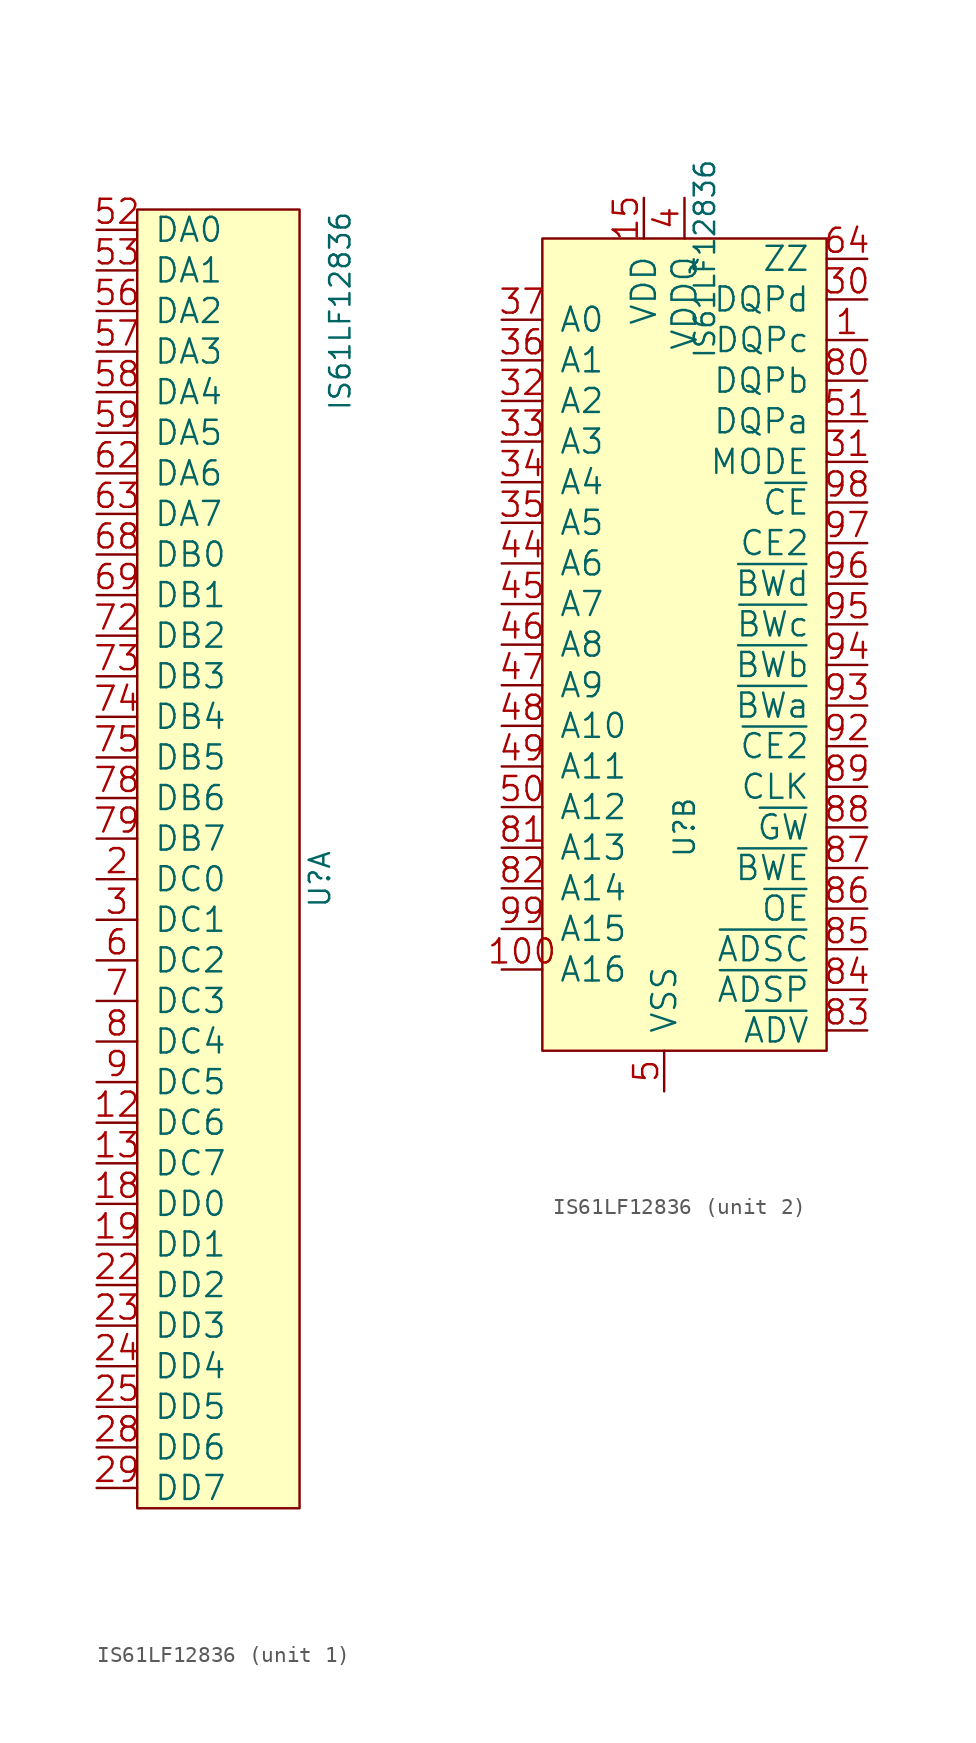
<source format=kicad_sym>
(kicad_symbol_lib
  (version 20211014)
  (generator kicad_symbol_editor)
  (symbol "IS61LF12836"
    (pin_names
      (offset 1.016))
    (property "Reference" "U"
      (at 11.43 -43.18 90)
      (effects (font (size 1.27 1.27))))
    (property "Value" "IS61LF12836"
      (at 12.7 -7.62 90)
      (effects (font (size 1.27 1.27))))
    (property "ki_locked" ""
      (at 0 0 0)
      (effects (font (size 1.27 1.27))))
    (symbol "IS61LF12836_1_1"
      (rectangle (start 0 -1.27) (end 10.16 -82.55) (stroke (width 0) (type default) (color 0 0 0 0)) (fill (type background)))
      (pin bidirectional line (at -2.54 -58.42 0) (length 2.54) (name "DC6" (effects (font (size 1.499 1.499)))) (number "12" (effects (font (size 1.499 1.499)))))
      (pin bidirectional line (at -2.54 -60.96 0) (length 2.54) (name "DC7" (effects (font (size 1.499 1.499)))) (number "13" (effects (font (size 1.499 1.499)))))
      (pin bidirectional line (at -2.54 -63.5 0) (length 2.54) (name "DD0" (effects (font (size 1.499 1.499)))) (number "18" (effects (font (size 1.499 1.499)))))
      (pin bidirectional line (at -2.54 -66.04 0) (length 2.54) (name "DD1" (effects (font (size 1.499 1.499)))) (number "19" (effects (font (size 1.499 1.499)))))
      (pin bidirectional line (at -2.54 -43.18 0) (length 2.54) (name "DC0" (effects (font (size 1.499 1.499)))) (number "2" (effects (font (size 1.499 1.499)))))
      (pin bidirectional line (at -2.54 -68.58 0) (length 2.54) (name "DD2" (effects (font (size 1.499 1.499)))) (number "22" (effects (font (size 1.499 1.499)))))
      (pin bidirectional line (at -2.54 -71.12 0) (length 2.54) (name "DD3" (effects (font (size 1.499 1.499)))) (number "23" (effects (font (size 1.499 1.499)))))
      (pin bidirectional line (at -2.54 -73.66 0) (length 2.54) (name "DD4" (effects (font (size 1.499 1.499)))) (number "24" (effects (font (size 1.499 1.499)))))
      (pin bidirectional line (at -2.54 -76.2 0) (length 2.54) (name "DD5" (effects (font (size 1.499 1.499)))) (number "25" (effects (font (size 1.499 1.499)))))
      (pin bidirectional line (at -2.54 -78.74 0) (length 2.54) (name "DD6" (effects (font (size 1.499 1.499)))) (number "28" (effects (font (size 1.499 1.499)))))
      (pin bidirectional line (at -2.54 -81.28 0) (length 2.54) (name "DD7" (effects (font (size 1.499 1.499)))) (number "29" (effects (font (size 1.499 1.499)))))
      (pin bidirectional line (at -2.54 -45.72 0) (length 2.54) (name "DC1" (effects (font (size 1.499 1.499)))) (number "3" (effects (font (size 1.499 1.499)))))
      (pin bidirectional line (at -2.54 -2.54 0) (length 2.54) (name "DA0" (effects (font (size 1.499 1.499)))) (number "52" (effects (font (size 1.499 1.499)))))
      (pin bidirectional line (at -2.54 -5.08 0) (length 2.54) (name "DA1" (effects (font (size 1.499 1.499)))) (number "53" (effects (font (size 1.499 1.499)))))
      (pin bidirectional line (at -2.54 -7.62 0) (length 2.54) (name "DA2" (effects (font (size 1.499 1.499)))) (number "56" (effects (font (size 1.499 1.499)))))
      (pin bidirectional line (at -2.54 -10.16 0) (length 2.54) (name "DA3" (effects (font (size 1.499 1.499)))) (number "57" (effects (font (size 1.499 1.499)))))
      (pin bidirectional line (at -2.54 -12.7 0) (length 2.54) (name "DA4" (effects (font (size 1.499 1.499)))) (number "58" (effects (font (size 1.499 1.499)))))
      (pin bidirectional line (at -2.54 -15.24 0) (length 2.54) (name "DA5" (effects (font (size 1.499 1.499)))) (number "59" (effects (font (size 1.499 1.499)))))
      (pin bidirectional line (at -2.54 -48.26 0) (length 2.54) (name "DC2" (effects (font (size 1.499 1.499)))) (number "6" (effects (font (size 1.499 1.499)))))
      (pin bidirectional line (at -2.54 -17.78 0) (length 2.54) (name "DA6" (effects (font (size 1.499 1.499)))) (number "62" (effects (font (size 1.499 1.499)))))
      (pin bidirectional line (at -2.54 -20.32 0) (length 2.54) (name "DA7" (effects (font (size 1.499 1.499)))) (number "63" (effects (font (size 1.499 1.499)))))
      (pin bidirectional line (at -2.54 -22.86 0) (length 2.54) (name "DB0" (effects (font (size 1.499 1.499)))) (number "68" (effects (font (size 1.499 1.499)))))
      (pin bidirectional line (at -2.54 -25.4 0) (length 2.54) (name "DB1" (effects (font (size 1.499 1.499)))) (number "69" (effects (font (size 1.499 1.499)))))
      (pin bidirectional line (at -2.54 -50.8 0) (length 2.54) (name "DC3" (effects (font (size 1.499 1.499)))) (number "7" (effects (font (size 1.499 1.499)))))
      (pin bidirectional line (at -2.54 -27.94 0) (length 2.54) (name "DB2" (effects (font (size 1.499 1.499)))) (number "72" (effects (font (size 1.499 1.499)))))
      (pin bidirectional line (at -2.54 -30.48 0) (length 2.54) (name "DB3" (effects (font (size 1.499 1.499)))) (number "73" (effects (font (size 1.499 1.499)))))
      (pin bidirectional line (at -2.54 -33.02 0) (length 2.54) (name "DB4" (effects (font (size 1.499 1.499)))) (number "74" (effects (font (size 1.499 1.499)))))
      (pin bidirectional line (at -2.54 -35.56 0) (length 2.54) (name "DB5" (effects (font (size 1.499 1.499)))) (number "75" (effects (font (size 1.499 1.499)))))
      (pin bidirectional line (at -2.54 -38.1 0) (length 2.54) (name "DB6" (effects (font (size 1.499 1.499)))) (number "78" (effects (font (size 1.499 1.499)))))
      (pin bidirectional line (at -2.54 -40.64 0) (length 2.54) (name "DB7" (effects (font (size 1.499 1.499)))) (number "79" (effects (font (size 1.499 1.499)))))
      (pin bidirectional line (at -2.54 -53.34 0) (length 2.54) (name "DC4" (effects (font (size 1.499 1.499)))) (number "8" (effects (font (size 1.499 1.499)))))
      (pin bidirectional line (at -2.54 -55.88 0) (length 2.54) (name "DC5" (effects (font (size 1.499 1.499)))) (number "9" (effects (font (size 1.499 1.499))))))
    (symbol "IS61LF12836_2_1"
      (rectangle (start 20.32 -6.35) (end 2.54 -57.15) (stroke (width 0) (type default) (color 0 0 0 0)) (fill (type background)))
      (pin bidirectional line (at 22.86 -12.7 180) (length 2.54) (name "DQPc" (effects (font (size 1.499 1.499)))) (number "1" (effects (font (size 1.499 1.499)))))
      (pin power_in line (at 10.16 -59.69 180) (length 0) hide (name "VSS" (effects (font (size 1.499 1.499)))) (number "10" (effects (font (size 1.499 1.499)))))
      (pin input line (at 0 -52.07 0) (length 2.54) (name "A16" (effects (font (size 1.499 1.499)))) (number "100" (effects (font (size 1.499 1.499)))))
      (pin power_in line (at 11.43 -3.81 180) (length 0) hide (name "VDDQ" (effects (font (size 1.499 1.499)))) (number "11" (effects (font (size 1.499 1.499)))))
      (pin no_connect line (at 13.97 -35.56 90) (length 2.54) hide (name "NC" (effects (font (size 1.499 1.499)))) (number "14" (effects (font (size 1.499 1.499)))))
      (pin power_in line (at 8.89 -3.81 270) (length 2.54) (name "VDD" (effects (font (size 1.499 1.499)))) (number "15" (effects (font (size 1.499 1.499)))))
      (pin no_connect line (at 12.7 -35.56 90) (length 2.54) hide (name "NC" (effects (font (size 1.499 1.499)))) (number "16" (effects (font (size 1.499 1.499)))))
      (pin power_in line (at 10.16 -59.69 180) (length 0) hide (name "VSS" (effects (font (size 1.499 1.499)))) (number "17" (effects (font (size 1.499 1.499)))))
      (pin power_in line (at 11.43 -3.81 180) (length 0) hide (name "VDDQ" (effects (font (size 1.499 1.499)))) (number "20" (effects (font (size 1.499 1.499)))))
      (pin power_in line (at 10.16 -59.69 180) (length 0) hide (name "VSS" (effects (font (size 1.499 1.499)))) (number "21" (effects (font (size 1.499 1.499)))))
      (pin power_in line (at 10.16 -59.69 180) (length 0) hide (name "VSS" (effects (font (size 1.499 1.499)))) (number "26" (effects (font (size 1.499 1.499)))))
      (pin power_in line (at 11.43 -3.81 180) (length 0) hide (name "VDDQ" (effects (font (size 1.499 1.499)))) (number "27" (effects (font (size 1.499 1.499)))))
      (pin bidirectional line (at 22.86 -10.16 180) (length 2.54) (name "DQPd" (effects (font (size 1.499 1.499)))) (number "30" (effects (font (size 1.499 1.499)))))
      (pin input line (at 22.86 -20.32 180) (length 2.54) (name "MODE" (effects (font (size 1.499 1.499)))) (number "31" (effects (font (size 1.499 1.499)))))
      (pin input line (at 0 -16.51 0) (length 2.54) (name "A2" (effects (font (size 1.499 1.499)))) (number "32" (effects (font (size 1.499 1.499)))))
      (pin input line (at 0 -19.05 0) (length 2.54) (name "A3" (effects (font (size 1.499 1.499)))) (number "33" (effects (font (size 1.499 1.499)))))
      (pin input line (at 0 -21.59 0) (length 2.54) (name "A4" (effects (font (size 1.499 1.499)))) (number "34" (effects (font (size 1.499 1.499)))))
      (pin input line (at 0 -24.13 0) (length 2.54) (name "A5" (effects (font (size 1.499 1.499)))) (number "35" (effects (font (size 1.499 1.499)))))
      (pin input line (at 0 -13.97 0) (length 2.54) (name "A1" (effects (font (size 1.499 1.499)))) (number "36" (effects (font (size 1.499 1.499)))))
      (pin input line (at 0 -11.43 0) (length 2.54) (name "A0" (effects (font (size 1.499 1.499)))) (number "37" (effects (font (size 1.499 1.499)))))
      (pin no_connect line (at 6.35 -35.56 90) (length 2.54) hide (name "NC" (effects (font (size 1.499 1.499)))) (number "38" (effects (font (size 1.499 1.499)))))
      (pin no_connect line (at 11.43 -35.56 90) (length 2.54) hide (name "NC" (effects (font (size 1.499 1.499)))) (number "39" (effects (font (size 1.499 1.499)))))
      (pin power_in line (at 11.43 -3.81 270) (length 2.54) (name "VDDQ" (effects (font (size 1.499 1.499)))) (number "4" (effects (font (size 1.499 1.499)))))
      (pin power_in line (at 10.16 -59.69 180) (length 0) hide (name "VSS" (effects (font (size 1.499 1.499)))) (number "40" (effects (font (size 1.499 1.499)))))
      (pin power_in line (at 8.89 -3.81 0) (length 0) hide (name "VDD" (effects (font (size 1.499 1.499)))) (number "41" (effects (font (size 1.499 1.499)))))
      (pin no_connect line (at 7.62 -35.56 90) (length 2.54) hide (name "NC" (effects (font (size 1.499 1.499)))) (number "42" (effects (font (size 1.499 1.499)))))
      (pin no_connect line (at 8.89 -35.56 90) (length 2.54) hide (name "NC" (effects (font (size 1.499 1.499)))) (number "43" (effects (font (size 1.499 1.499)))))
      (pin input line (at 0 -26.67 0) (length 2.54) (name "A6" (effects (font (size 1.499 1.499)))) (number "44" (effects (font (size 1.499 1.499)))))
      (pin input line (at 0 -29.21 0) (length 2.54) (name "A7" (effects (font (size 1.499 1.499)))) (number "45" (effects (font (size 1.499 1.499)))))
      (pin input line (at 0 -31.75 0) (length 2.54) (name "A8" (effects (font (size 1.499 1.499)))) (number "46" (effects (font (size 1.499 1.499)))))
      (pin input line (at 0 -34.29 0) (length 2.54) (name "A9" (effects (font (size 1.499 1.499)))) (number "47" (effects (font (size 1.499 1.499)))))
      (pin input line (at 0 -36.83 0) (length 2.54) (name "A10" (effects (font (size 1.499 1.499)))) (number "48" (effects (font (size 1.499 1.499)))))
      (pin input line (at 0 -39.37 0) (length 2.54) (name "A11" (effects (font (size 1.499 1.499)))) (number "49" (effects (font (size 1.499 1.499)))))
      (pin power_in line (at 10.16 -59.69 90) (length 2.54) (name "VSS" (effects (font (size 1.499 1.499)))) (number "5" (effects (font (size 1.499 1.499)))))
      (pin input line (at 0 -41.91 0) (length 2.54) (name "A12" (effects (font (size 1.499 1.499)))) (number "50" (effects (font (size 1.499 1.499)))))
      (pin bidirectional line (at 22.86 -17.78 180) (length 2.54) (name "DQPa" (effects (font (size 1.499 1.499)))) (number "51" (effects (font (size 1.499 1.499)))))
      (pin power_in line (at 11.43 -3.81 180) (length 0) hide (name "VDDQ" (effects (font (size 1.499 1.499)))) (number "54" (effects (font (size 1.499 1.499)))))
      (pin power_in line (at 10.16 -59.69 180) (length 0) hide (name "VSS" (effects (font (size 1.499 1.499)))) (number "55" (effects (font (size 1.499 1.499)))))
      (pin power_in line (at 10.16 -59.69 180) (length 0) hide (name "VSS" (effects (font (size 1.499 1.499)))) (number "60" (effects (font (size 1.499 1.499)))))
      (pin power_in line (at 11.43 -3.81 180) (length 0) hide (name "VDDQ" (effects (font (size 1.499 1.499)))) (number "61" (effects (font (size 1.499 1.499)))))
      (pin input line (at 22.86 -7.62 180) (length 2.54) (name "ZZ" (effects (font (size 1.499 1.499)))) (number "64" (effects (font (size 1.499 1.499)))))
      (pin power_in line (at 8.89 -3.81 0) (length 0) hide (name "VDD" (effects (font (size 1.499 1.499)))) (number "65" (effects (font (size 1.499 1.499)))))
      (pin no_connect line (at 10.16 -35.56 90) (length 2.54) hide (name "NC" (effects (font (size 1.499 1.499)))) (number "66" (effects (font (size 1.499 1.499)))))
      (pin power_in line (at 10.16 -59.69 180) (length 0) hide (name "VSS" (effects (font (size 1.499 1.499)))) (number "67" (effects (font (size 1.499 1.499)))))
      (pin power_in line (at 11.43 -3.81 180) (length 0) hide (name "VDDQ" (effects (font (size 1.499 1.499)))) (number "70" (effects (font (size 1.499 1.499)))))
      (pin power_in line (at 10.16 -59.69 180) (length 0) hide (name "VSS" (effects (font (size 1.499 1.499)))) (number "71" (effects (font (size 1.499 1.499)))))
      (pin power_in line (at 10.16 -59.69 180) (length 0) hide (name "VSS" (effects (font (size 1.499 1.499)))) (number "76" (effects (font (size 1.499 1.499)))))
      (pin power_in line (at 11.43 -3.81 180) (length 0) hide (name "VDDQ" (effects (font (size 1.499 1.499)))) (number "77" (effects (font (size 1.499 1.499)))))
      (pin bidirectional line (at 22.86 -15.24 180) (length 2.54) (name "DQPb" (effects (font (size 1.499 1.499)))) (number "80" (effects (font (size 1.499 1.499)))))
      (pin input line (at 0 -44.45 0) (length 2.54) (name "A13" (effects (font (size 1.499 1.499)))) (number "81" (effects (font (size 1.499 1.499)))))
      (pin input line (at 0 -46.99 0) (length 2.54) (name "A14" (effects (font (size 1.499 1.499)))) (number "82" (effects (font (size 1.499 1.499)))))
      (pin input line (at 22.86 -55.88 180) (length 2.54) (name "~{ADV}" (effects (font (size 1.499 1.499)))) (number "83" (effects (font (size 1.499 1.499)))))
      (pin input line (at 22.86 -53.34 180) (length 2.54) (name "~{ADSP}" (effects (font (size 1.499 1.499)))) (number "84" (effects (font (size 1.499 1.499)))))
      (pin input line (at 22.86 -50.8 180) (length 2.54) (name "~{ADSC}" (effects (font (size 1.499 1.499)))) (number "85" (effects (font (size 1.499 1.499)))))
      (pin input line (at 22.86 -48.26 180) (length 2.54) (name "~{OE}" (effects (font (size 1.499 1.499)))) (number "86" (effects (font (size 1.499 1.499)))))
      (pin input line (at 22.86 -45.72 180) (length 2.54) (name "~{BWE}" (effects (font (size 1.499 1.499)))) (number "87" (effects (font (size 1.499 1.499)))))
      (pin input line (at 22.86 -43.18 180) (length 2.54) (name "~{GW}" (effects (font (size 1.499 1.499)))) (number "88" (effects (font (size 1.499 1.499)))))
      (pin input line (at 22.86 -40.64 180) (length 2.54) (name "CLK" (effects (font (size 1.499 1.499)))) (number "89" (effects (font (size 1.499 1.499)))))
      (pin power_in line (at 10.16 -59.69 180) (length 0) hide (name "VSS" (effects (font (size 1.499 1.499)))) (number "90" (effects (font (size 1.499 1.499)))))
      (pin power_in line (at 8.89 -3.81 0) (length 0) hide (name "VDD" (effects (font (size 1.499 1.499)))) (number "91" (effects (font (size 1.499 1.499)))))
      (pin input line (at 22.86 -38.1 180) (length 2.54) (name "~{CE2}" (effects (font (size 1.499 1.499)))) (number "92" (effects (font (size 1.499 1.499)))))
      (pin input line (at 22.86 -35.56 180) (length 2.54) (name "~{BWa}" (effects (font (size 1.499 1.499)))) (number "93" (effects (font (size 1.499 1.499)))))
      (pin input line (at 22.86 -33.02 180) (length 2.54) (name "~{BWb}" (effects (font (size 1.499 1.499)))) (number "94" (effects (font (size 1.499 1.499)))))
      (pin input line (at 22.86 -30.48 180) (length 2.54) (name "~{BWc}" (effects (font (size 1.499 1.499)))) (number "95" (effects (font (size 1.499 1.499)))))
      (pin input line (at 22.86 -27.94 180) (length 2.54) (name "~{BWd}" (effects (font (size 1.499 1.499)))) (number "96" (effects (font (size 1.499 1.499)))))
      (pin input line (at 22.86 -25.4 180) (length 2.54) (name "CE2" (effects (font (size 1.499 1.499)))) (number "97" (effects (font (size 1.499 1.499)))))
      (pin input line (at 22.86 -22.86 180) (length 2.54) (name "~{CE}" (effects (font (size 1.499 1.499)))) (number "98" (effects (font (size 1.499 1.499)))))
      (pin input line (at 0 -49.53 0) (length 2.54) (name "A15" (effects (font (size 1.499 1.499)))) (number "99" (effects (font (size 1.499 1.499))))))))
</source>
